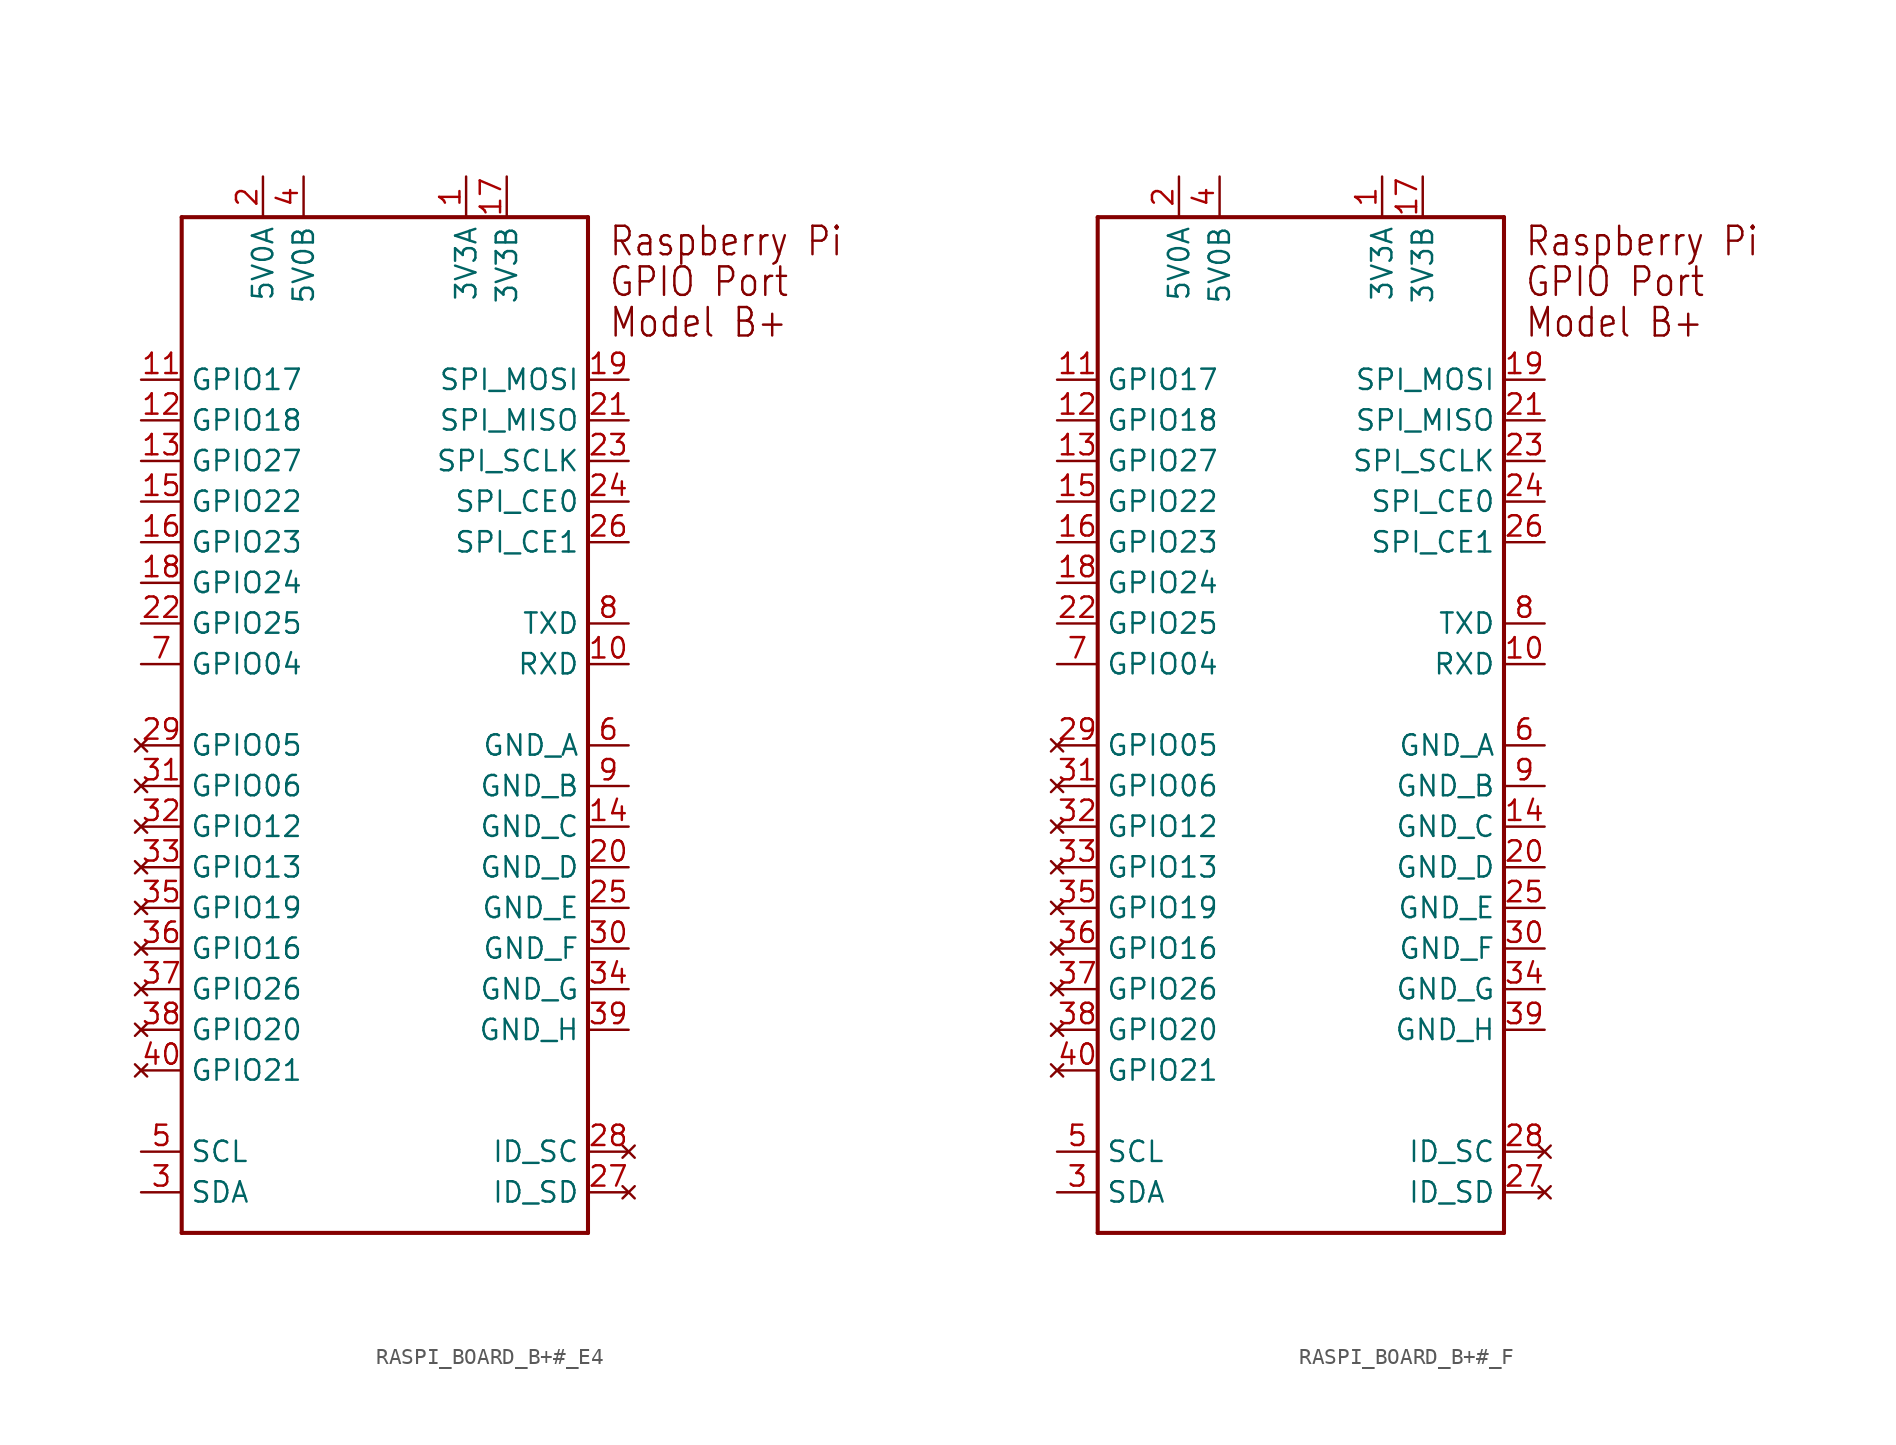
<source format=kicad_sym>
(kicad_symbol_lib
  (version 20231120)
  (generator "kicad_symbol_editor")
  (generator_version "8.0")
  (symbol "RASPI_BOARD_B+#_E4"
    (property "Reference" "X"
      (at 0 0 0)
      (effects (font (size 1.27 1.27)) (hide yes)))
    (property "ki_locked" ""
      (at 0 0 0)
      (effects (font (size 1.27 1.27))))
    (symbol "RASPI_BOARD_B+#_E4_1_0"
      (polyline (pts (xy -12.7 -38.1) (xy -12.7 25.4)) (stroke (width 0.254) (type solid)) (fill (type none)))
      (polyline (pts (xy -12.7 25.4) (xy 12.7 25.4)) (stroke (width 0.254) (type solid)) (fill (type none)))
      (polyline (pts (xy 12.7 -38.1) (xy -12.7 -38.1)) (stroke (width 0.254) (type solid)) (fill (type none)))
      (polyline (pts (xy 12.7 25.4) (xy 12.7 -38.1)) (stroke (width 0.254) (type solid)) (fill (type none)))
      (text "GPIO Port" (at 13.97 20.32 0) (effects (font (size 1.778 1.511)) (justify left bottom)))
      (text "Model B+" (at 13.97 17.78 0) (effects (font (size 1.778 1.511)) (justify left bottom)))
      (text "Raspberry Pi" (at 13.97 22.86 0) (effects (font (size 1.778 1.511)) (justify left bottom)))
      (pin power_in line (at 5.08 27.94 270) (length 2.54) (name "3V3A" (effects (font (size 1.27 1.27)))) (number "1" (effects (font (size 1.27 1.27)))))
      (pin bidirectional line (at 15.24 -2.54 180) (length 2.54) (name "RXD" (effects (font (size 1.27 1.27)))) (number "10" (effects (font (size 1.27 1.27)))))
      (pin bidirectional line (at -15.24 15.24 0) (length 2.54) (name "GPIO17" (effects (font (size 1.27 1.27)))) (number "11" (effects (font (size 1.27 1.27)))))
      (pin bidirectional line (at -15.24 12.7 0) (length 2.54) (name "GPIO18" (effects (font (size 1.27 1.27)))) (number "12" (effects (font (size 1.27 1.27)))))
      (pin bidirectional line (at -15.24 10.16 0) (length 2.54) (name "GPIO27" (effects (font (size 1.27 1.27)))) (number "13" (effects (font (size 1.27 1.27)))))
      (pin power_in line (at 15.24 -12.7 180) (length 2.54) (name "GND_C" (effects (font (size 1.27 1.27)))) (number "14" (effects (font (size 1.27 1.27)))))
      (pin bidirectional line (at -15.24 7.62 0) (length 2.54) (name "GPIO22" (effects (font (size 1.27 1.27)))) (number "15" (effects (font (size 1.27 1.27)))))
      (pin bidirectional line (at -15.24 5.08 0) (length 2.54) (name "GPIO23" (effects (font (size 1.27 1.27)))) (number "16" (effects (font (size 1.27 1.27)))))
      (pin power_in line (at 7.62 27.94 270) (length 2.54) (name "3V3B" (effects (font (size 1.27 1.27)))) (number "17" (effects (font (size 1.27 1.27)))))
      (pin bidirectional line (at -15.24 2.54 0) (length 2.54) (name "GPIO24" (effects (font (size 1.27 1.27)))) (number "18" (effects (font (size 1.27 1.27)))))
      (pin bidirectional line (at 15.24 15.24 180) (length 2.54) (name "SPI_MOSI" (effects (font (size 1.27 1.27)))) (number "19" (effects (font (size 1.27 1.27)))))
      (pin power_in line (at -7.62 27.94 270) (length 2.54) (name "5V0A" (effects (font (size 1.27 1.27)))) (number "2" (effects (font (size 1.27 1.27)))))
      (pin power_in line (at 15.24 -15.24 180) (length 2.54) (name "GND_D" (effects (font (size 1.27 1.27)))) (number "20" (effects (font (size 1.27 1.27)))))
      (pin bidirectional line (at 15.24 12.7 180) (length 2.54) (name "SPI_MISO" (effects (font (size 1.27 1.27)))) (number "21" (effects (font (size 1.27 1.27)))))
      (pin bidirectional line (at -15.24 0 0) (length 2.54) (name "GPIO25" (effects (font (size 1.27 1.27)))) (number "22" (effects (font (size 1.27 1.27)))))
      (pin bidirectional line (at 15.24 10.16 180) (length 2.54) (name "SPI_SCLK" (effects (font (size 1.27 1.27)))) (number "23" (effects (font (size 1.27 1.27)))))
      (pin bidirectional line (at 15.24 7.62 180) (length 2.54) (name "SPI_CE0" (effects (font (size 1.27 1.27)))) (number "24" (effects (font (size 1.27 1.27)))))
      (pin power_in line (at 15.24 -17.78 180) (length 2.54) (name "GND_E" (effects (font (size 1.27 1.27)))) (number "25" (effects (font (size 1.27 1.27)))))
      (pin bidirectional line (at 15.24 5.08 180) (length 2.54) (name "SPI_CE1" (effects (font (size 1.27 1.27)))) (number "26" (effects (font (size 1.27 1.27)))))
      (pin no_connect line (at 15.24 -35.56 180) (length 2.54) (name "ID_SD" (effects (font (size 1.27 1.27)))) (number "27" (effects (font (size 1.27 1.27)))))
      (pin no_connect line (at 15.24 -33.02 180) (length 2.54) (name "ID_SC" (effects (font (size 1.27 1.27)))) (number "28" (effects (font (size 1.27 1.27)))))
      (pin no_connect line (at -15.24 -7.62 0) (length 2.54) (name "GPIO05" (effects (font (size 1.27 1.27)))) (number "29" (effects (font (size 1.27 1.27)))))
      (pin bidirectional line (at -15.24 -35.56 0) (length 2.54) (name "SDA" (effects (font (size 1.27 1.27)))) (number "3" (effects (font (size 1.27 1.27)))))
      (pin power_in line (at 15.24 -20.32 180) (length 2.54) (name "GND_F" (effects (font (size 1.27 1.27)))) (number "30" (effects (font (size 1.27 1.27)))))
      (pin no_connect line (at -15.24 -10.16 0) (length 2.54) (name "GPIO06" (effects (font (size 1.27 1.27)))) (number "31" (effects (font (size 1.27 1.27)))))
      (pin no_connect line (at -15.24 -12.7 0) (length 2.54) (name "GPIO12" (effects (font (size 1.27 1.27)))) (number "32" (effects (font (size 1.27 1.27)))))
      (pin no_connect line (at -15.24 -15.24 0) (length 2.54) (name "GPIO13" (effects (font (size 1.27 1.27)))) (number "33" (effects (font (size 1.27 1.27)))))
      (pin power_in line (at 15.24 -22.86 180) (length 2.54) (name "GND_G" (effects (font (size 1.27 1.27)))) (number "34" (effects (font (size 1.27 1.27)))))
      (pin no_connect line (at -15.24 -17.78 0) (length 2.54) (name "GPIO19" (effects (font (size 1.27 1.27)))) (number "35" (effects (font (size 1.27 1.27)))))
      (pin no_connect line (at -15.24 -20.32 0) (length 2.54) (name "GPIO16" (effects (font (size 1.27 1.27)))) (number "36" (effects (font (size 1.27 1.27)))))
      (pin no_connect line (at -15.24 -22.86 0) (length 2.54) (name "GPIO26" (effects (font (size 1.27 1.27)))) (number "37" (effects (font (size 1.27 1.27)))))
      (pin no_connect line (at -15.24 -25.4 0) (length 2.54) (name "GPIO20" (effects (font (size 1.27 1.27)))) (number "38" (effects (font (size 1.27 1.27)))))
      (pin power_in line (at 15.24 -25.4 180) (length 2.54) (name "GND_H" (effects (font (size 1.27 1.27)))) (number "39" (effects (font (size 1.27 1.27)))))
      (pin power_in line (at -5.08 27.94 270) (length 2.54) (name "5V0B" (effects (font (size 1.27 1.27)))) (number "4" (effects (font (size 1.27 1.27)))))
      (pin no_connect line (at -15.24 -27.94 0) (length 2.54) (name "GPIO21" (effects (font (size 1.27 1.27)))) (number "40" (effects (font (size 1.27 1.27)))))
      (pin bidirectional line (at -15.24 -33.02 0) (length 2.54) (name "SCL" (effects (font (size 1.27 1.27)))) (number "5" (effects (font (size 1.27 1.27)))))
      (pin power_in line (at 15.24 -7.62 180) (length 2.54) (name "GND_A" (effects (font (size 1.27 1.27)))) (number "6" (effects (font (size 1.27 1.27)))))
      (pin bidirectional line (at -15.24 -2.54 0) (length 2.54) (name "GPIO04" (effects (font (size 1.27 1.27)))) (number "7" (effects (font (size 1.27 1.27)))))
      (pin bidirectional line (at 15.24 0 180) (length 2.54) (name "TXD" (effects (font (size 1.27 1.27)))) (number "8" (effects (font (size 1.27 1.27)))))
      (pin power_in line (at 15.24 -10.16 180) (length 2.54) (name "GND_B" (effects (font (size 1.27 1.27)))) (number "9" (effects (font (size 1.27 1.27)))))))
  (symbol "RASPI_BOARD_B+#_F"
    (property "Reference" "X"
      (at 0 0 0)
      (effects (font (size 1.27 1.27)) (hide yes)))
    (property "ki_locked" ""
      (at 0 0 0)
      (effects (font (size 1.27 1.27))))
    (symbol "RASPI_BOARD_B+#_F_1_0"
      (polyline (pts (xy -12.7 -38.1) (xy -12.7 25.4)) (stroke (width 0.254) (type solid)) (fill (type none)))
      (polyline (pts (xy -12.7 25.4) (xy 12.7 25.4)) (stroke (width 0.254) (type solid)) (fill (type none)))
      (polyline (pts (xy 12.7 -38.1) (xy -12.7 -38.1)) (stroke (width 0.254) (type solid)) (fill (type none)))
      (polyline (pts (xy 12.7 25.4) (xy 12.7 -38.1)) (stroke (width 0.254) (type solid)) (fill (type none)))
      (text "GPIO Port" (at 13.97 20.32 0) (effects (font (size 1.778 1.511)) (justify left bottom)))
      (text "Model B+" (at 13.97 17.78 0) (effects (font (size 1.778 1.511)) (justify left bottom)))
      (text "Raspberry Pi" (at 13.97 22.86 0) (effects (font (size 1.778 1.511)) (justify left bottom)))
      (pin power_in line (at 5.08 27.94 270) (length 2.54) (name "3V3A" (effects (font (size 1.27 1.27)))) (number "1" (effects (font (size 1.27 1.27)))))
      (pin bidirectional line (at 15.24 -2.54 180) (length 2.54) (name "RXD" (effects (font (size 1.27 1.27)))) (number "10" (effects (font (size 1.27 1.27)))))
      (pin bidirectional line (at -15.24 15.24 0) (length 2.54) (name "GPIO17" (effects (font (size 1.27 1.27)))) (number "11" (effects (font (size 1.27 1.27)))))
      (pin bidirectional line (at -15.24 12.7 0) (length 2.54) (name "GPIO18" (effects (font (size 1.27 1.27)))) (number "12" (effects (font (size 1.27 1.27)))))
      (pin bidirectional line (at -15.24 10.16 0) (length 2.54) (name "GPIO27" (effects (font (size 1.27 1.27)))) (number "13" (effects (font (size 1.27 1.27)))))
      (pin power_in line (at 15.24 -12.7 180) (length 2.54) (name "GND_C" (effects (font (size 1.27 1.27)))) (number "14" (effects (font (size 1.27 1.27)))))
      (pin bidirectional line (at -15.24 7.62 0) (length 2.54) (name "GPIO22" (effects (font (size 1.27 1.27)))) (number "15" (effects (font (size 1.27 1.27)))))
      (pin bidirectional line (at -15.24 5.08 0) (length 2.54) (name "GPIO23" (effects (font (size 1.27 1.27)))) (number "16" (effects (font (size 1.27 1.27)))))
      (pin power_in line (at 7.62 27.94 270) (length 2.54) (name "3V3B" (effects (font (size 1.27 1.27)))) (number "17" (effects (font (size 1.27 1.27)))))
      (pin bidirectional line (at -15.24 2.54 0) (length 2.54) (name "GPIO24" (effects (font (size 1.27 1.27)))) (number "18" (effects (font (size 1.27 1.27)))))
      (pin bidirectional line (at 15.24 15.24 180) (length 2.54) (name "SPI_MOSI" (effects (font (size 1.27 1.27)))) (number "19" (effects (font (size 1.27 1.27)))))
      (pin power_in line (at -7.62 27.94 270) (length 2.54) (name "5V0A" (effects (font (size 1.27 1.27)))) (number "2" (effects (font (size 1.27 1.27)))))
      (pin power_in line (at 15.24 -15.24 180) (length 2.54) (name "GND_D" (effects (font (size 1.27 1.27)))) (number "20" (effects (font (size 1.27 1.27)))))
      (pin bidirectional line (at 15.24 12.7 180) (length 2.54) (name "SPI_MISO" (effects (font (size 1.27 1.27)))) (number "21" (effects (font (size 1.27 1.27)))))
      (pin bidirectional line (at -15.24 0 0) (length 2.54) (name "GPIO25" (effects (font (size 1.27 1.27)))) (number "22" (effects (font (size 1.27 1.27)))))
      (pin bidirectional line (at 15.24 10.16 180) (length 2.54) (name "SPI_SCLK" (effects (font (size 1.27 1.27)))) (number "23" (effects (font (size 1.27 1.27)))))
      (pin bidirectional line (at 15.24 7.62 180) (length 2.54) (name "SPI_CE0" (effects (font (size 1.27 1.27)))) (number "24" (effects (font (size 1.27 1.27)))))
      (pin power_in line (at 15.24 -17.78 180) (length 2.54) (name "GND_E" (effects (font (size 1.27 1.27)))) (number "25" (effects (font (size 1.27 1.27)))))
      (pin bidirectional line (at 15.24 5.08 180) (length 2.54) (name "SPI_CE1" (effects (font (size 1.27 1.27)))) (number "26" (effects (font (size 1.27 1.27)))))
      (pin no_connect line (at 15.24 -35.56 180) (length 2.54) (name "ID_SD" (effects (font (size 1.27 1.27)))) (number "27" (effects (font (size 1.27 1.27)))))
      (pin no_connect line (at 15.24 -33.02 180) (length 2.54) (name "ID_SC" (effects (font (size 1.27 1.27)))) (number "28" (effects (font (size 1.27 1.27)))))
      (pin no_connect line (at -15.24 -7.62 0) (length 2.54) (name "GPIO05" (effects (font (size 1.27 1.27)))) (number "29" (effects (font (size 1.27 1.27)))))
      (pin bidirectional line (at -15.24 -35.56 0) (length 2.54) (name "SDA" (effects (font (size 1.27 1.27)))) (number "3" (effects (font (size 1.27 1.27)))))
      (pin power_in line (at 15.24 -20.32 180) (length 2.54) (name "GND_F" (effects (font (size 1.27 1.27)))) (number "30" (effects (font (size 1.27 1.27)))))
      (pin no_connect line (at -15.24 -10.16 0) (length 2.54) (name "GPIO06" (effects (font (size 1.27 1.27)))) (number "31" (effects (font (size 1.27 1.27)))))
      (pin no_connect line (at -15.24 -12.7 0) (length 2.54) (name "GPIO12" (effects (font (size 1.27 1.27)))) (number "32" (effects (font (size 1.27 1.27)))))
      (pin no_connect line (at -15.24 -15.24 0) (length 2.54) (name "GPIO13" (effects (font (size 1.27 1.27)))) (number "33" (effects (font (size 1.27 1.27)))))
      (pin power_in line (at 15.24 -22.86 180) (length 2.54) (name "GND_G" (effects (font (size 1.27 1.27)))) (number "34" (effects (font (size 1.27 1.27)))))
      (pin no_connect line (at -15.24 -17.78 0) (length 2.54) (name "GPIO19" (effects (font (size 1.27 1.27)))) (number "35" (effects (font (size 1.27 1.27)))))
      (pin no_connect line (at -15.24 -20.32 0) (length 2.54) (name "GPIO16" (effects (font (size 1.27 1.27)))) (number "36" (effects (font (size 1.27 1.27)))))
      (pin no_connect line (at -15.24 -22.86 0) (length 2.54) (name "GPIO26" (effects (font (size 1.27 1.27)))) (number "37" (effects (font (size 1.27 1.27)))))
      (pin no_connect line (at -15.24 -25.4 0) (length 2.54) (name "GPIO20" (effects (font (size 1.27 1.27)))) (number "38" (effects (font (size 1.27 1.27)))))
      (pin power_in line (at 15.24 -25.4 180) (length 2.54) (name "GND_H" (effects (font (size 1.27 1.27)))) (number "39" (effects (font (size 1.27 1.27)))))
      (pin power_in line (at -5.08 27.94 270) (length 2.54) (name "5V0B" (effects (font (size 1.27 1.27)))) (number "4" (effects (font (size 1.27 1.27)))))
      (pin no_connect line (at -15.24 -27.94 0) (length 2.54) (name "GPIO21" (effects (font (size 1.27 1.27)))) (number "40" (effects (font (size 1.27 1.27)))))
      (pin bidirectional line (at -15.24 -33.02 0) (length 2.54) (name "SCL" (effects (font (size 1.27 1.27)))) (number "5" (effects (font (size 1.27 1.27)))))
      (pin power_in line (at 15.24 -7.62 180) (length 2.54) (name "GND_A" (effects (font (size 1.27 1.27)))) (number "6" (effects (font (size 1.27 1.27)))))
      (pin bidirectional line (at -15.24 -2.54 0) (length 2.54) (name "GPIO04" (effects (font (size 1.27 1.27)))) (number "7" (effects (font (size 1.27 1.27)))))
      (pin bidirectional line (at 15.24 0 180) (length 2.54) (name "TXD" (effects (font (size 1.27 1.27)))) (number "8" (effects (font (size 1.27 1.27)))))
      (pin power_in line (at 15.24 -10.16 180) (length 2.54) (name "GND_B" (effects (font (size 1.27 1.27)))) (number "9" (effects (font (size 1.27 1.27))))))))
</source>
